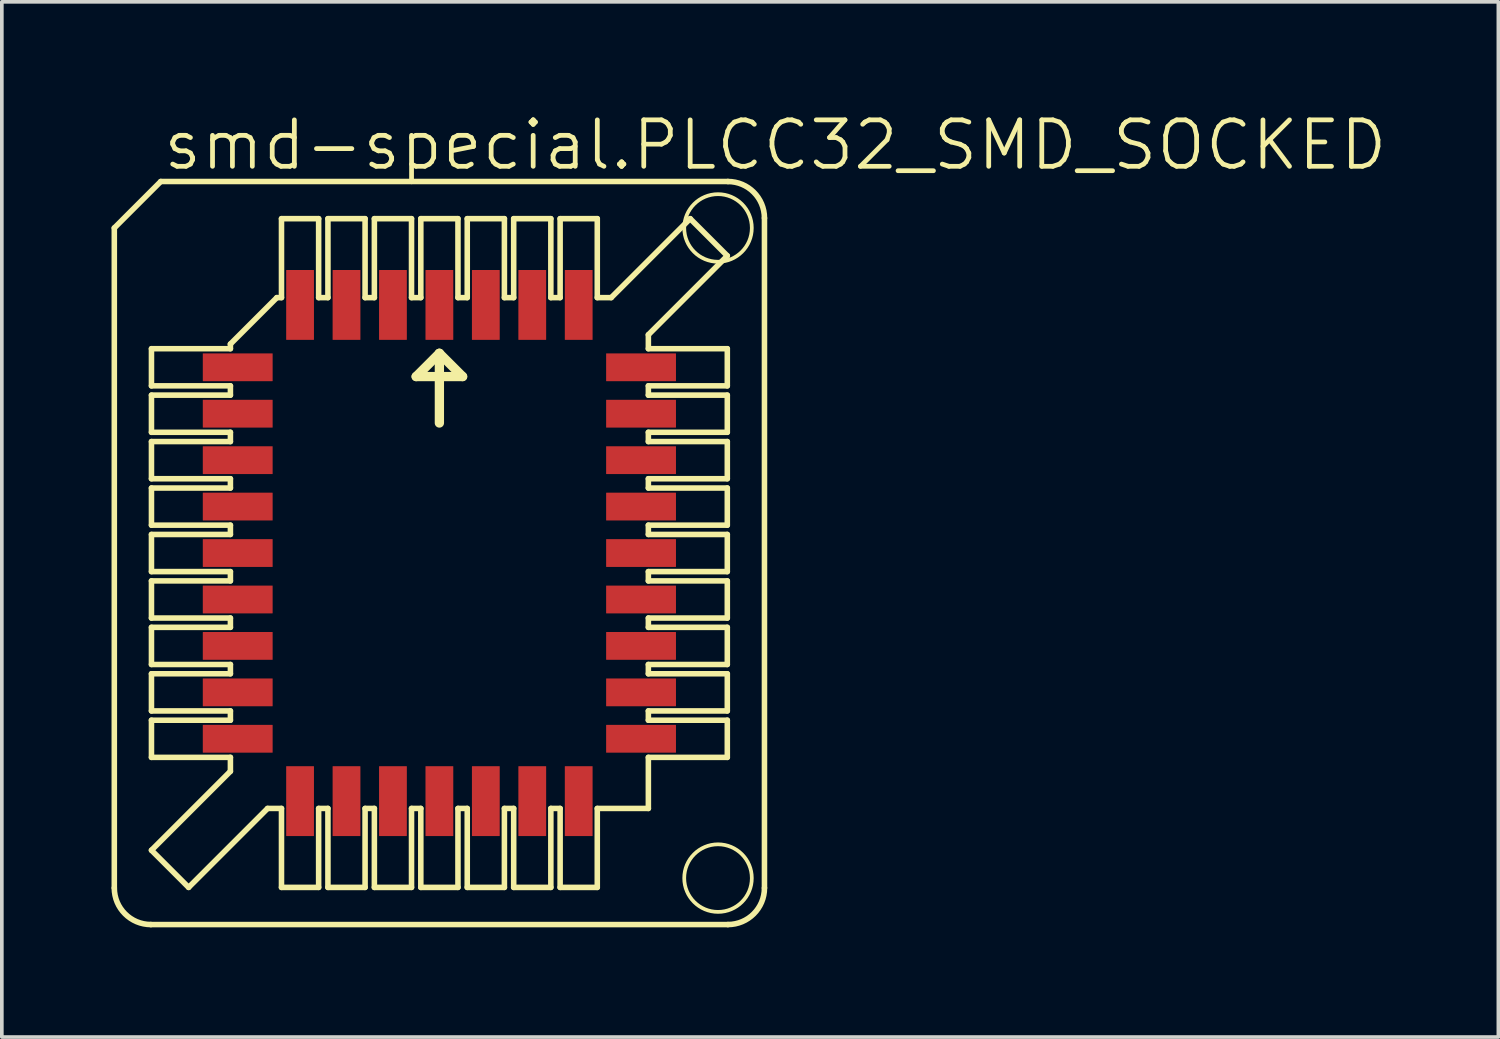
<source format=kicad_pcb>
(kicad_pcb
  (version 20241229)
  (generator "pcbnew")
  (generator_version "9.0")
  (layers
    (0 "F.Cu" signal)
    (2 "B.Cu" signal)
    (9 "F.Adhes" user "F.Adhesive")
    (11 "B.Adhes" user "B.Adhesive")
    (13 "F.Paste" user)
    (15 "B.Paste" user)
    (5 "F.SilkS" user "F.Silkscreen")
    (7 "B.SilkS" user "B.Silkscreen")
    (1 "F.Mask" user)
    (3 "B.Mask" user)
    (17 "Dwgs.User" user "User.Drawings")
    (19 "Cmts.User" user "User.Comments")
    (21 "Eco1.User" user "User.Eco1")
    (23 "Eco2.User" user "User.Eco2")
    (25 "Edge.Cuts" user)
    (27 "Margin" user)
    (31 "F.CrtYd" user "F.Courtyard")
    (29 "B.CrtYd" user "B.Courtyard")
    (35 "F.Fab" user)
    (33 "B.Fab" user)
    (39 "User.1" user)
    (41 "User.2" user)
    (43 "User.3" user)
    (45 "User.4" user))
  (footprint "smd-special.PLCC32_SMD_SOCKED"
    (layer "F.Cu")
    (at 8.966 12.074)
    (property "Reference" "smd-special.PLCC32_SMD_SOCKED" (at -7.62 -10.414 0) (layer "F.SilkS") (effects (font (size 1.27 1.27) (thickness 0.13)) (justify left bottom)))
    (attr smd)
    (fp_line (start -8.89 -8.89) (end -8.89 9.16) (stroke (width 0.152) (type default)) (layer "F.SilkS"))
    (fp_line (start -7.89 10.16) (end 7.89 10.16) (stroke (width 0.152) (type default)) (layer "F.SilkS"))
    (fp_line (start -7.874 -4.572) (end -7.874 -5.588) (stroke (width 0.152) (type default)) (layer "F.SilkS"))
    (fp_line (start -7.874 -4.572) (end -5.715 -4.572) (stroke (width 0.152) (type default)) (layer "F.SilkS"))
    (fp_line (start -7.874 -3.302) (end -7.874 -4.318) (stroke (width 0.152) (type default)) (layer "F.SilkS"))
    (fp_line (start -7.874 -3.302) (end -5.715 -3.302) (stroke (width 0.152) (type default)) (layer "F.SilkS"))
    (fp_line (start -7.874 -2.032) (end -7.874 -3.048) (stroke (width 0.152) (type default)) (layer "F.SilkS"))
    (fp_line (start -7.874 -2.032) (end -5.715 -2.032) (stroke (width 0.152) (type default)) (layer "F.SilkS"))
    (fp_line (start -7.874 -0.762) (end -7.874 -1.778) (stroke (width 0.152) (type default)) (layer "F.SilkS"))
    (fp_line (start -7.874 -0.762) (end -5.715 -0.762) (stroke (width 0.152) (type default)) (layer "F.SilkS"))
    (fp_line (start -7.874 0.508) (end -7.874 -0.508) (stroke (width 0.152) (type default)) (layer "F.SilkS"))
    (fp_line (start -7.874 0.508) (end -5.715 0.508) (stroke (width 0.152) (type default)) (layer "F.SilkS"))
    (fp_line (start -7.874 1.778) (end -7.874 0.762) (stroke (width 0.152) (type default)) (layer "F.SilkS"))
    (fp_line (start -7.874 1.778) (end -5.715 1.778) (stroke (width 0.152) (type default)) (layer "F.SilkS"))
    (fp_line (start -7.874 3.048) (end -7.874 2.032) (stroke (width 0.152) (type default)) (layer "F.SilkS"))
    (fp_line (start -7.874 3.048) (end -5.715 3.048) (stroke (width 0.152) (type default)) (layer "F.SilkS"))
    (fp_line (start -7.874 4.318) (end -7.874 3.302) (stroke (width 0.152) (type default)) (layer "F.SilkS"))
    (fp_line (start -7.874 4.318) (end -5.715 4.318) (stroke (width 0.152) (type default)) (layer "F.SilkS"))
    (fp_line (start -7.874 5.588) (end -7.874 4.572) (stroke (width 0.152) (type default)) (layer "F.SilkS"))
    (fp_line (start -7.874 5.588) (end -5.715 5.588) (stroke (width 0.152) (type default)) (layer "F.SilkS"))
    (fp_line (start -7.874 8.128) (end -5.715 5.969) (stroke (width 0.152) (type default)) (layer "F.SilkS"))
    (fp_line (start -7.62 -10.16) (end -8.89 -8.89) (stroke (width 0.152) (type default)) (layer "F.SilkS"))
    (fp_line (start -6.858 9.144) (end -7.874 8.128) (stroke (width 0.152) (type default)) (layer "F.SilkS"))
    (fp_line (start -6.858 9.144) (end -4.699 6.985) (stroke (width 0.152) (type default)) (layer "F.SilkS"))
    (fp_line (start -5.715 -5.715) (end -4.445 -6.985) (stroke (width 0.152) (type default)) (layer "F.SilkS"))
    (fp_line (start -5.715 -5.588) (end -7.874 -5.588) (stroke (width 0.152) (type default)) (layer "F.SilkS"))
    (fp_line (start -5.715 -5.588) (end -5.715 -5.715) (stroke (width 0.152) (type default)) (layer "F.SilkS"))
    (fp_line (start -5.715 -4.318) (end -7.874 -4.318) (stroke (width 0.152) (type default)) (layer "F.SilkS"))
    (fp_line (start -5.715 -4.318) (end -5.715 -4.572) (stroke (width 0.152) (type default)) (layer "F.SilkS"))
    (fp_line (start -5.715 -3.048) (end -7.874 -3.048) (stroke (width 0.152) (type default)) (layer "F.SilkS"))
    (fp_line (start -5.715 -3.048) (end -5.715 -3.302) (stroke (width 0.152) (type default)) (layer "F.SilkS"))
    (fp_line (start -5.715 -1.778) (end -7.874 -1.778) (stroke (width 0.152) (type default)) (layer "F.SilkS"))
    (fp_line (start -5.715 -1.778) (end -5.715 -2.032) (stroke (width 0.152) (type default)) (layer "F.SilkS"))
    (fp_line (start -5.715 -0.508) (end -7.874 -0.508) (stroke (width 0.152) (type default)) (layer "F.SilkS"))
    (fp_line (start -5.715 -0.508) (end -5.715 -0.762) (stroke (width 0.152) (type default)) (layer "F.SilkS"))
    (fp_line (start -5.715 0.762) (end -7.874 0.762) (stroke (width 0.152) (type default)) (layer "F.SilkS"))
    (fp_line (start -5.715 0.762) (end -5.715 0.508) (stroke (width 0.152) (type default)) (layer "F.SilkS"))
    (fp_line (start -5.715 2.032) (end -7.874 2.032) (stroke (width 0.152) (type default)) (layer "F.SilkS"))
    (fp_line (start -5.715 2.032) (end -5.715 1.778) (stroke (width 0.152) (type default)) (layer "F.SilkS"))
    (fp_line (start -5.715 3.302) (end -7.874 3.302) (stroke (width 0.152) (type default)) (layer "F.SilkS"))
    (fp_line (start -5.715 3.302) (end -5.715 3.048) (stroke (width 0.152) (type default)) (layer "F.SilkS"))
    (fp_line (start -5.715 4.572) (end -7.874 4.572) (stroke (width 0.152) (type default)) (layer "F.SilkS"))
    (fp_line (start -5.715 4.572) (end -5.715 4.318) (stroke (width 0.152) (type default)) (layer "F.SilkS"))
    (fp_line (start -5.715 5.969) (end -5.715 5.588) (stroke (width 0.152) (type default)) (layer "F.SilkS"))
    (fp_line (start -4.699 6.985) (end -4.318 6.985) (stroke (width 0.152) (type default)) (layer "F.SilkS"))
    (fp_line (start -4.318 -6.985) (end -4.445 -6.985) (stroke (width 0.152) (type default)) (layer "F.SilkS"))
    (fp_line (start -4.318 -6.985) (end -4.318 -9.144) (stroke (width 0.152) (type default)) (layer "F.SilkS"))
    (fp_line (start -4.318 9.144) (end -4.318 6.985) (stroke (width 0.152) (type default)) (layer "F.SilkS"))
    (fp_line (start -4.318 9.144) (end -3.302 9.144) (stroke (width 0.152) (type default)) (layer "F.SilkS"))
    (fp_line (start -3.302 -9.144) (end -4.318 -9.144) (stroke (width 0.152) (type default)) (layer "F.SilkS"))
    (fp_line (start -3.302 -9.144) (end -3.302 -6.985) (stroke (width 0.152) (type default)) (layer "F.SilkS"))
    (fp_line (start -3.302 6.985) (end -3.302 9.144) (stroke (width 0.152) (type default)) (layer "F.SilkS"))
    (fp_line (start -3.302 6.985) (end -3.048 6.985) (stroke (width 0.152) (type default)) (layer "F.SilkS"))
    (fp_line (start -3.048 -6.985) (end -3.302 -6.985) (stroke (width 0.152) (type default)) (layer "F.SilkS"))
    (fp_line (start -3.048 -6.985) (end -3.048 -9.144) (stroke (width 0.152) (type default)) (layer "F.SilkS"))
    (fp_line (start -3.048 9.144) (end -3.048 6.985) (stroke (width 0.152) (type default)) (layer "F.SilkS"))
    (fp_line (start -3.048 9.144) (end -2.032 9.144) (stroke (width 0.152) (type default)) (layer "F.SilkS"))
    (fp_line (start -2.032 -9.144) (end -3.048 -9.144) (stroke (width 0.152) (type default)) (layer "F.SilkS"))
    (fp_line (start -2.032 -9.144) (end -2.032 -6.985) (stroke (width 0.152) (type default)) (layer "F.SilkS"))
    (fp_line (start -2.032 6.985) (end -2.032 9.144) (stroke (width 0.152) (type default)) (layer "F.SilkS"))
    (fp_line (start -2.032 6.985) (end -1.778 6.985) (stroke (width 0.152) (type default)) (layer "F.SilkS"))
    (fp_line (start -1.778 -6.985) (end -2.032 -6.985) (stroke (width 0.152) (type default)) (layer "F.SilkS"))
    (fp_line (start -1.778 -6.985) (end -1.778 -9.144) (stroke (width 0.152) (type default)) (layer "F.SilkS"))
    (fp_line (start -1.778 9.144) (end -1.778 6.985) (stroke (width 0.152) (type default)) (layer "F.SilkS"))
    (fp_line (start -1.778 9.144) (end -0.762 9.144) (stroke (width 0.152) (type default)) (layer "F.SilkS"))
    (fp_line (start -0.762 -9.144) (end -1.778 -9.144) (stroke (width 0.152) (type default)) (layer "F.SilkS"))
    (fp_line (start -0.762 -9.144) (end -0.762 -6.985) (stroke (width 0.152) (type default)) (layer "F.SilkS"))
    (fp_line (start -0.762 6.985) (end -0.762 9.144) (stroke (width 0.152) (type default)) (layer "F.SilkS"))
    (fp_line (start -0.762 6.985) (end -0.508 6.985) (stroke (width 0.152) (type default)) (layer "F.SilkS"))
    (fp_line (start -0.635 -4.826) (end 0 -5.461) (stroke (width 0.254) (type default)) (layer "F.SilkS"))
    (fp_line (start -0.508 -6.985) (end -0.762 -6.985) (stroke (width 0.152) (type default)) (layer "F.SilkS"))
    (fp_line (start -0.508 -6.985) (end -0.508 -9.144) (stroke (width 0.152) (type default)) (layer "F.SilkS"))
    (fp_line (start -0.508 9.144) (end -0.508 6.985) (stroke (width 0.152) (type default)) (layer "F.SilkS"))
    (fp_line (start -0.508 9.144) (end 0.508 9.144) (stroke (width 0.152) (type default)) (layer "F.SilkS"))
    (fp_line (start 0 -5.461) (end 0 -3.556) (stroke (width 0.254) (type default)) (layer "F.SilkS"))
    (fp_line (start 0 -5.461) (end 0.635 -4.826) (stroke (width 0.254) (type default)) (layer "F.SilkS"))
    (fp_line (start 0.508 -9.144) (end -0.508 -9.144) (stroke (width 0.152) (type default)) (layer "F.SilkS"))
    (fp_line (start 0.508 -9.144) (end 0.508 -6.985) (stroke (width 0.152) (type default)) (layer "F.SilkS"))
    (fp_line (start 0.508 6.985) (end 0.508 9.144) (stroke (width 0.152) (type default)) (layer "F.SilkS"))
    (fp_line (start 0.508 6.985) (end 0.762 6.985) (stroke (width 0.152) (type default)) (layer "F.SilkS"))
    (fp_line (start 0.635 -4.826) (end -0.635 -4.826) (stroke (width 0.254) (type default)) (layer "F.SilkS"))
    (fp_line (start 0.762 -6.985) (end 0.508 -6.985) (stroke (width 0.152) (type default)) (layer "F.SilkS"))
    (fp_line (start 0.762 -6.985) (end 0.762 -9.144) (stroke (width 0.152) (type default)) (layer "F.SilkS"))
    (fp_line (start 0.762 9.144) (end 0.762 6.985) (stroke (width 0.152) (type default)) (layer "F.SilkS"))
    (fp_line (start 0.762 9.144) (end 1.778 9.144) (stroke (width 0.152) (type default)) (layer "F.SilkS"))
    (fp_line (start 1.778 -9.144) (end 0.762 -9.144) (stroke (width 0.152) (type default)) (layer "F.SilkS"))
    (fp_line (start 1.778 -9.144) (end 1.778 -6.985) (stroke (width 0.152) (type default)) (layer "F.SilkS"))
    (fp_line (start 1.778 6.985) (end 1.778 9.144) (stroke (width 0.152) (type default)) (layer "F.SilkS"))
    (fp_line (start 1.778 6.985) (end 2.032 6.985) (stroke (width 0.152) (type default)) (layer "F.SilkS"))
    (fp_line (start 2.032 -6.985) (end 1.778 -6.985) (stroke (width 0.152) (type default)) (layer "F.SilkS"))
    (fp_line (start 2.032 -6.985) (end 2.032 -9.144) (stroke (width 0.152) (type default)) (layer "F.SilkS"))
    (fp_line (start 2.032 9.144) (end 2.032 6.985) (stroke (width 0.152) (type default)) (layer "F.SilkS"))
    (fp_line (start 2.032 9.144) (end 3.048 9.144) (stroke (width 0.152) (type default)) (layer "F.SilkS"))
    (fp_line (start 3.048 -9.144) (end 2.032 -9.144) (stroke (width 0.152) (type default)) (layer "F.SilkS"))
    (fp_line (start 3.048 -9.144) (end 3.048 -6.985) (stroke (width 0.152) (type default)) (layer "F.SilkS"))
    (fp_line (start 3.048 6.985) (end 3.048 9.144) (stroke (width 0.152) (type default)) (layer "F.SilkS"))
    (fp_line (start 3.048 6.985) (end 3.302 6.985) (stroke (width 0.152) (type default)) (layer "F.SilkS"))
    (fp_line (start 3.302 -6.985) (end 3.048 -6.985) (stroke (width 0.152) (type default)) (layer "F.SilkS"))
    (fp_line (start 3.302 -6.985) (end 3.302 -9.144) (stroke (width 0.152) (type default)) (layer "F.SilkS"))
    (fp_line (start 3.302 9.144) (end 3.302 6.985) (stroke (width 0.152) (type default)) (layer "F.SilkS"))
    (fp_line (start 3.302 9.144) (end 4.318 9.144) (stroke (width 0.152) (type default)) (layer "F.SilkS"))
    (fp_line (start 4.318 -9.144) (end 3.302 -9.144) (stroke (width 0.152) (type default)) (layer "F.SilkS"))
    (fp_line (start 4.318 -9.144) (end 4.318 -6.985) (stroke (width 0.152) (type default)) (layer "F.SilkS"))
    (fp_line (start 4.318 6.985) (end 4.318 9.144) (stroke (width 0.152) (type default)) (layer "F.SilkS"))
    (fp_line (start 4.318 6.985) (end 5.715 6.985) (stroke (width 0.152) (type default)) (layer "F.SilkS"))
    (fp_line (start 4.699 -6.985) (end 4.318 -6.985) (stroke (width 0.152) (type default)) (layer "F.SilkS"))
    (fp_line (start 5.715 -5.969) (end 5.715 -5.588) (stroke (width 0.152) (type default)) (layer "F.SilkS"))
    (fp_line (start 5.715 -4.572) (end 5.715 -4.318) (stroke (width 0.152) (type default)) (layer "F.SilkS"))
    (fp_line (start 5.715 -4.572) (end 7.874 -4.572) (stroke (width 0.152) (type default)) (layer "F.SilkS"))
    (fp_line (start 5.715 -3.302) (end 5.715 -3.048) (stroke (width 0.152) (type default)) (layer "F.SilkS"))
    (fp_line (start 5.715 -3.302) (end 7.874 -3.302) (stroke (width 0.152) (type default)) (layer "F.SilkS"))
    (fp_line (start 5.715 -2.032) (end 5.715 -1.778) (stroke (width 0.152) (type default)) (layer "F.SilkS"))
    (fp_line (start 5.715 -2.032) (end 7.874 -2.032) (stroke (width 0.152) (type default)) (layer "F.SilkS"))
    (fp_line (start 5.715 -0.762) (end 5.715 -0.508) (stroke (width 0.152) (type default)) (layer "F.SilkS"))
    (fp_line (start 5.715 -0.762) (end 7.874 -0.762) (stroke (width 0.152) (type default)) (layer "F.SilkS"))
    (fp_line (start 5.715 0.508) (end 5.715 0.762) (stroke (width 0.152) (type default)) (layer "F.SilkS"))
    (fp_line (start 5.715 0.508) (end 7.874 0.508) (stroke (width 0.152) (type default)) (layer "F.SilkS"))
    (fp_line (start 5.715 1.778) (end 5.715 2.032) (stroke (width 0.152) (type default)) (layer "F.SilkS"))
    (fp_line (start 5.715 1.778) (end 7.874 1.778) (stroke (width 0.152) (type default)) (layer "F.SilkS"))
    (fp_line (start 5.715 3.048) (end 5.715 3.302) (stroke (width 0.152) (type default)) (layer "F.SilkS"))
    (fp_line (start 5.715 3.048) (end 7.874 3.048) (stroke (width 0.152) (type default)) (layer "F.SilkS"))
    (fp_line (start 5.715 4.318) (end 5.715 4.572) (stroke (width 0.152) (type default)) (layer "F.SilkS"))
    (fp_line (start 5.715 4.318) (end 7.874 4.318) (stroke (width 0.152) (type default)) (layer "F.SilkS"))
    (fp_line (start 5.715 5.588) (end 5.715 6.985) (stroke (width 0.152) (type default)) (layer "F.SilkS"))
    (fp_line (start 5.715 5.588) (end 7.874 5.588) (stroke (width 0.152) (type default)) (layer "F.SilkS"))
    (fp_line (start 6.858 -9.144) (end 4.699 -6.985) (stroke (width 0.152) (type default)) (layer "F.SilkS"))
    (fp_line (start 7.874 -8.128) (end 5.715 -5.969) (stroke (width 0.152) (type default)) (layer "F.SilkS"))
    (fp_line (start 7.874 -8.128) (end 6.858 -9.144) (stroke (width 0.152) (type default)) (layer "F.SilkS"))
    (fp_line (start 7.874 -5.588) (end 5.715 -5.588) (stroke (width 0.152) (type default)) (layer "F.SilkS"))
    (fp_line (start 7.874 -5.588) (end 7.874 -4.572) (stroke (width 0.152) (type default)) (layer "F.SilkS"))
    (fp_line (start 7.874 -4.318) (end 5.715 -4.318) (stroke (width 0.152) (type default)) (layer "F.SilkS"))
    (fp_line (start 7.874 -4.318) (end 7.874 -3.302) (stroke (width 0.152) (type default)) (layer "F.SilkS"))
    (fp_line (start 7.874 -3.048) (end 5.715 -3.048) (stroke (width 0.152) (type default)) (layer "F.SilkS"))
    (fp_line (start 7.874 -3.048) (end 7.874 -2.032) (stroke (width 0.152) (type default)) (layer "F.SilkS"))
    (fp_line (start 7.874 -1.778) (end 5.715 -1.778) (stroke (width 0.152) (type default)) (layer "F.SilkS"))
    (fp_line (start 7.874 -1.778) (end 7.874 -0.762) (stroke (width 0.152) (type default)) (layer "F.SilkS"))
    (fp_line (start 7.874 -0.508) (end 5.715 -0.508) (stroke (width 0.152) (type default)) (layer "F.SilkS"))
    (fp_line (start 7.874 -0.508) (end 7.874 0.508) (stroke (width 0.152) (type default)) (layer "F.SilkS"))
    (fp_line (start 7.874 0.762) (end 5.715 0.762) (stroke (width 0.152) (type default)) (layer "F.SilkS"))
    (fp_line (start 7.874 0.762) (end 7.874 1.778) (stroke (width 0.152) (type default)) (layer "F.SilkS"))
    (fp_line (start 7.874 2.032) (end 5.715 2.032) (stroke (width 0.152) (type default)) (layer "F.SilkS"))
    (fp_line (start 7.874 2.032) (end 7.874 3.048) (stroke (width 0.152) (type default)) (layer "F.SilkS"))
    (fp_line (start 7.874 3.302) (end 5.715 3.302) (stroke (width 0.152) (type default)) (layer "F.SilkS"))
    (fp_line (start 7.874 3.302) (end 7.874 4.318) (stroke (width 0.152) (type default)) (layer "F.SilkS"))
    (fp_line (start 7.874 4.572) (end 5.715 4.572) (stroke (width 0.152) (type default)) (layer "F.SilkS"))
    (fp_line (start 7.874 4.572) (end 7.874 5.588) (stroke (width 0.152) (type default)) (layer "F.SilkS"))
    (fp_line (start 7.89 -10.16) (end -7.62 -10.16) (stroke (width 0.152) (type default)) (layer "F.SilkS"))
    (fp_line (start 8.89 9.16) (end 8.89 -9.16) (stroke (width 0.152) (type default)) (layer "F.SilkS"))
    (fp_arc (start -7.89 10.16) (mid -8.597107 9.867107) (end -8.89 9.16) (stroke (width 0.1524) (type default)) (layer "F.SilkS"))
    (fp_arc (start 7.89 -10.16) (mid 8.597107 -9.867107) (end 8.89 -9.16) (stroke (width 0.1524) (type default)) (layer "F.SilkS"))
    (fp_arc (start 8.89 9.16) (mid 8.597107 9.867107) (end 7.89 10.16) (stroke (width 0.1524) (type default)) (layer "F.SilkS"))
    (fp_circle (center 7.62 -8.89) (end 8.544 -8.89) (stroke (width 0.102) (type default)) (fill no) (layer "F.SilkS"))
    (fp_circle (center 7.62 8.89) (end 8.544 8.89) (stroke (width 0.102) (type default)) (fill no) (layer "F.SilkS"))
    (pad "1" smd roundrect (at 0 -6.785) (size 0.76 1.91) (layers "F.Cu" "F.Mask" "F.Paste") (roundrect_rratio 0.01))
    (pad "2" smd roundrect (at -1.27 -6.785) (size 0.76 1.91) (layers "F.Cu" "F.Mask" "F.Paste") (roundrect_rratio 0.01))
    (pad "3" smd roundrect (at -2.54 -6.785) (size 0.76 1.91) (layers "F.Cu" "F.Mask" "F.Paste") (roundrect_rratio 0.01))
    (pad "4" smd roundrect (at -3.81 -6.785) (size 0.76 1.91) (layers "F.Cu" "F.Mask" "F.Paste") (roundrect_rratio 0.01))
    (pad "5" smd roundrect (at -5.515 -5.08) (size 1.91 0.76) (layers "F.Cu" "F.Mask" "F.Paste") (roundrect_rratio 0.01))
    (pad "6" smd roundrect (at -5.515 -3.81) (size 1.91 0.76) (layers "F.Cu" "F.Mask" "F.Paste") (roundrect_rratio 0.01))
    (pad "7" smd roundrect (at -5.515 -2.54) (size 1.91 0.76) (layers "F.Cu" "F.Mask" "F.Paste") (roundrect_rratio 0.01))
    (pad "8" smd roundrect (at -5.515 -1.27) (size 1.91 0.76) (layers "F.Cu" "F.Mask" "F.Paste") (roundrect_rratio 0.01))
    (pad "9" smd roundrect (at -5.515 0) (size 1.91 0.76) (layers "F.Cu" "F.Mask" "F.Paste") (roundrect_rratio 0.01))
    (pad "10" smd roundrect (at -5.515 1.27) (size 1.91 0.76) (layers "F.Cu" "F.Mask" "F.Paste") (roundrect_rratio 0.01))
    (pad "11" smd roundrect (at -5.515 2.54) (size 1.91 0.76) (layers "F.Cu" "F.Mask" "F.Paste") (roundrect_rratio 0.01))
    (pad "12" smd roundrect (at -5.515 3.81) (size 1.91 0.76) (layers "F.Cu" "F.Mask" "F.Paste") (roundrect_rratio 0.01))
    (pad "13" smd roundrect (at -5.515 5.08) (size 1.91 0.76) (layers "F.Cu" "F.Mask" "F.Paste") (roundrect_rratio 0.01))
    (pad "14" smd roundrect (at -3.81 6.785) (size 0.76 1.91) (layers "F.Cu" "F.Mask" "F.Paste") (roundrect_rratio 0.01))
    (pad "15" smd roundrect (at -2.54 6.785) (size 0.76 1.91) (layers "F.Cu" "F.Mask" "F.Paste") (roundrect_rratio 0.01))
    (pad "16" smd roundrect (at -1.27 6.785) (size 0.76 1.91) (layers "F.Cu" "F.Mask" "F.Paste") (roundrect_rratio 0.01))
    (pad "17" smd roundrect (at 0 6.785) (size 0.76 1.91) (layers "F.Cu" "F.Mask" "F.Paste") (roundrect_rratio 0.01))
    (pad "18" smd roundrect (at 1.27 6.785) (size 0.76 1.91) (layers "F.Cu" "F.Mask" "F.Paste") (roundrect_rratio 0.01))
    (pad "19" smd roundrect (at 2.54 6.785) (size 0.76 1.91) (layers "F.Cu" "F.Mask" "F.Paste") (roundrect_rratio 0.01))
    (pad "20" smd roundrect (at 3.81 6.785) (size 0.76 1.91) (layers "F.Cu" "F.Mask" "F.Paste") (roundrect_rratio 0.01))
    (pad "21" smd roundrect (at 5.515 5.08) (size 1.91 0.76) (layers "F.Cu" "F.Mask" "F.Paste") (roundrect_rratio 0.01))
    (pad "22" smd roundrect (at 5.515 3.81) (size 1.91 0.76) (layers "F.Cu" "F.Mask" "F.Paste") (roundrect_rratio 0.01))
    (pad "23" smd roundrect (at 5.515 2.54) (size 1.91 0.76) (layers "F.Cu" "F.Mask" "F.Paste") (roundrect_rratio 0.01))
    (pad "24" smd roundrect (at 5.515 1.27) (size 1.91 0.76) (layers "F.Cu" "F.Mask" "F.Paste") (roundrect_rratio 0.01))
    (pad "25" smd roundrect (at 5.515 0) (size 1.91 0.76) (layers "F.Cu" "F.Mask" "F.Paste") (roundrect_rratio 0.01))
    (pad "26" smd roundrect (at 5.515 -1.27) (size 1.91 0.76) (layers "F.Cu" "F.Mask" "F.Paste") (roundrect_rratio 0.01))
    (pad "27" smd roundrect (at 5.515 -2.54) (size 1.91 0.76) (layers "F.Cu" "F.Mask" "F.Paste") (roundrect_rratio 0.01))
    (pad "28" smd roundrect (at 5.515 -3.81) (size 1.91 0.76) (layers "F.Cu" "F.Mask" "F.Paste") (roundrect_rratio 0.01))
    (pad "29" smd roundrect (at 5.515 -5.08) (size 1.91 0.76) (layers "F.Cu" "F.Mask" "F.Paste") (roundrect_rratio 0.01))
    (pad "30" smd roundrect (at 3.81 -6.785) (size 0.76 1.91) (layers "F.Cu" "F.Mask" "F.Paste") (roundrect_rratio 0.01))
    (pad "31" smd roundrect (at 2.54 -6.785) (size 0.76 1.91) (layers "F.Cu" "F.Mask" "F.Paste") (roundrect_rratio 0.01))
    (pad "32" smd roundrect (at 1.27 -6.785) (size 0.76 1.91) (layers "F.Cu" "F.Mask" "F.Paste") (roundrect_rratio 0.01)))
  (gr_rect
    (start -3 -3)
    (end 37.926 25.31)
    (stroke (width 0.1) (type default))
    (fill no)
    (layer "Edge.Cuts")))
</source>
